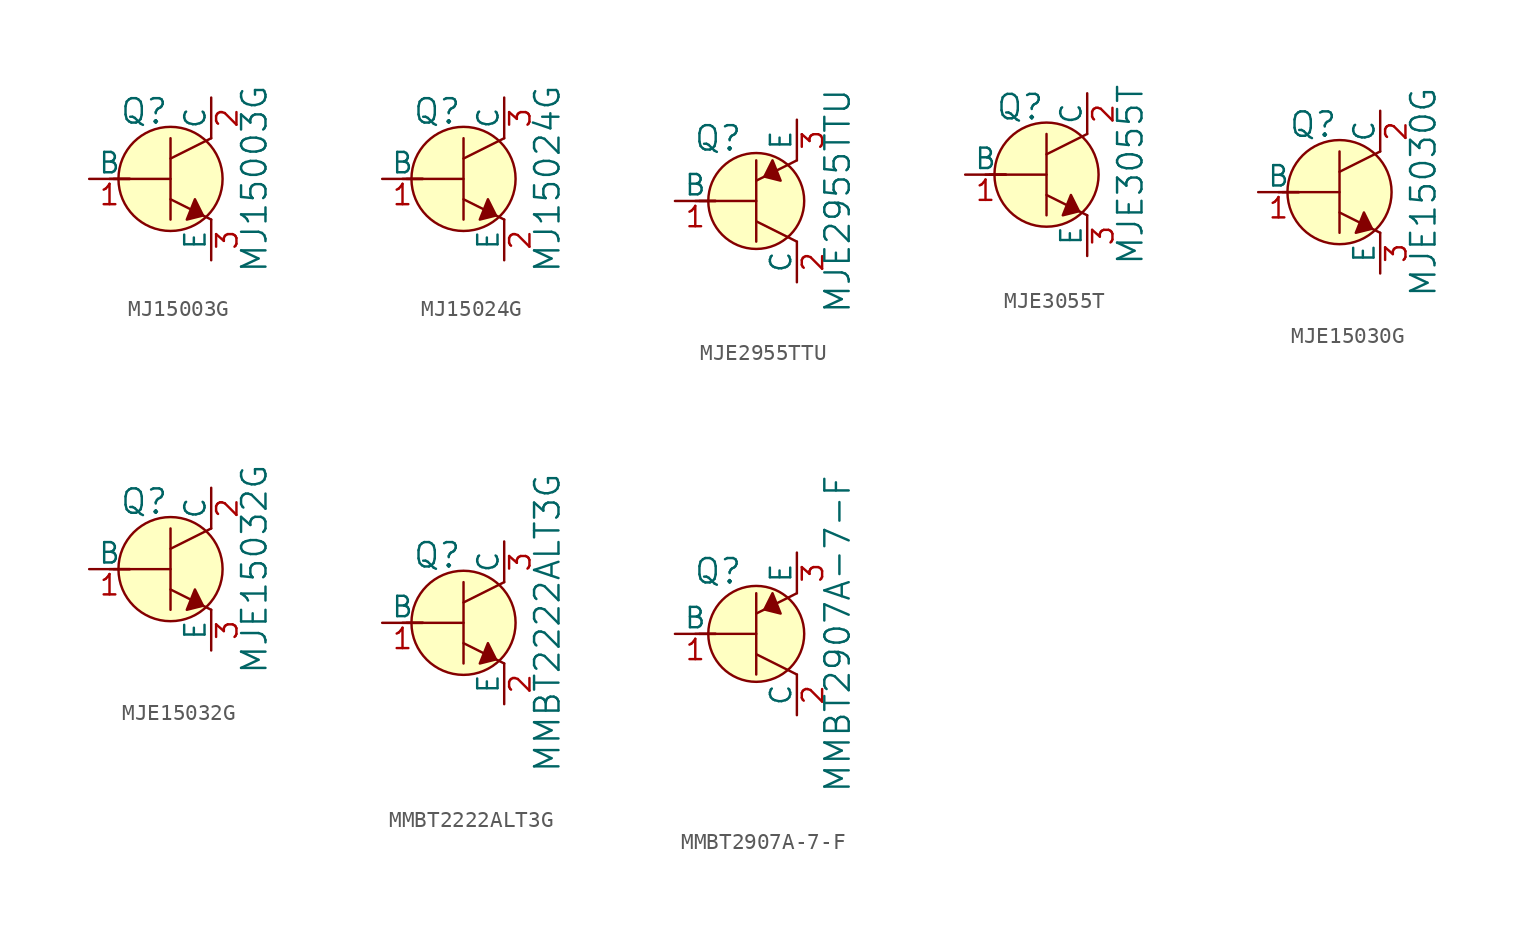
<source format=kicad_sym>
(kicad_symbol_lib
  (version 20201005)
  (generator kicad_symbol_editor)
  (symbol "MJ15003G"
    (pin_names
      (offset 0))
    (property "Reference" "Q"
      (at -3.2 4.216 0)
      (effects (font (size 1.524 1.524)) (justify left)))
    (property "Value" "MJ15003G"
      (at 5.232 0 90)
      (effects (font (size 1.524 1.524))))
    (symbol "MJ15003G_0_1"
      (circle (center 0 0) (radius 3.251) (stroke (width 0)) (fill (type background)))
      (polyline (pts (xy -3.81 0) (xy -2.54 0)) (stroke (width 0)) (fill (type none)))
      (polyline (pts (xy -3.556 0) (xy 0 0)) (stroke (width 0)) (fill (type none)))
      (polyline (pts (xy 0 -1.27) (xy 2.54 -2.54)) (stroke (width 0)) (fill (type none)))
      (polyline (pts (xy 0 1.27) (xy 2.54 2.54)) (stroke (width 0)) (fill (type none)))
      (polyline (pts (xy 0 2.54) (xy 0 -2.54)) (stroke (width 0)) (fill (type none)))
      (polyline (pts (xy 1.524 -1.27) (xy 2.032 -2.286) (xy 1.016 -2.54) (xy 1.524 -1.27)) (stroke (width 0)) (fill (type outline))))
    (symbol "MJ15003G_1_1"
      (pin input line (at -5.08 0 0) (length 2.54) (name "B" (effects (font (size 1.27 1.27)))) (number "1" (effects (font (size 1.27 1.27)))))
      (pin passive line (at 2.54 5.08 270) (length 2.54) (name "C" (effects (font (size 1.27 1.27)))) (number "2" (effects (font (size 1.27 1.27)))))
      (pin passive line (at 2.54 -5.08 90) (length 2.54) (name "E" (effects (font (size 1.27 1.27)))) (number "3" (effects (font (size 1.27 1.27)))))))
  (symbol "MJ15024G"
    (pin_names
      (offset 0))
    (property "Reference" "Q"
      (at -3.2 4.216 0)
      (effects (font (size 1.524 1.524)) (justify left)))
    (property "Value" "MJ15024G"
      (at 5.232 0 90)
      (effects (font (size 1.524 1.524))))
    (symbol "MJ15024G_0_1"
      (circle (center 0 0) (radius 3.251) (stroke (width 0)) (fill (type background)))
      (polyline (pts (xy -3.81 0) (xy -2.54 0)) (stroke (width 0)) (fill (type none)))
      (polyline (pts (xy -3.556 0) (xy 0 0)) (stroke (width 0)) (fill (type none)))
      (polyline (pts (xy 0 -1.27) (xy 2.54 -2.54)) (stroke (width 0)) (fill (type none)))
      (polyline (pts (xy 0 1.27) (xy 2.54 2.54)) (stroke (width 0)) (fill (type none)))
      (polyline (pts (xy 0 2.54) (xy 0 -2.54)) (stroke (width 0)) (fill (type none)))
      (polyline (pts (xy 1.524 -1.27) (xy 2.032 -2.286) (xy 1.016 -2.54) (xy 1.524 -1.27)) (stroke (width 0)) (fill (type outline))))
    (symbol "MJ15024G_1_1"
      (pin input line (at -5.08 0 0) (length 2.54) (name "B" (effects (font (size 1.27 1.27)))) (number "1" (effects (font (size 1.27 1.27)))))
      (pin passive line (at 2.54 -5.08 90) (length 2.54) (name "E" (effects (font (size 1.27 1.27)))) (number "2" (effects (font (size 1.27 1.27)))))
      (pin passive line (at 2.54 5.08 270) (length 2.54) (name "C" (effects (font (size 1.27 1.27)))) (number "3" (effects (font (size 1.27 1.27)))))))
  (symbol "MJE2955TTU"
    (pin_names
      (offset 0))
    (property "Reference" "Q"
      (at -2.388 3.912 0)
      (effects (font (size 1.524 1.524))))
    (property "Value" "MJE2955TTU"
      (at 5.08 0 90)
      (effects (font (size 1.524 1.524))))
    (symbol "MJE2955TTU_0_1"
      (circle (center 0 0) (radius 2.997) (stroke (width 0)) (fill (type background)))
      (polyline (pts (xy -3.81 0) (xy -2.54 0)) (stroke (width 0)) (fill (type none)))
      (polyline (pts (xy -3.556 0) (xy 0 0)) (stroke (width 0)) (fill (type none)))
      (polyline (pts (xy 0 -1.27) (xy 2.54 -2.54)) (stroke (width 0)) (fill (type none)))
      (polyline (pts (xy 0 1.27) (xy 2.54 2.54)) (stroke (width 0)) (fill (type none)))
      (polyline (pts (xy 0 2.54) (xy 0 -2.54)) (stroke (width 0)) (fill (type none)))
      (polyline (pts (xy 1.016 2.54) (xy 0.508 1.524) (xy 1.524 1.27) (xy 1.016 2.54)) (stroke (width 0)) (fill (type outline))))
    (symbol "MJE2955TTU_1_1"
      (pin input line (at -5.08 0 0) (length 2.54) (name "B" (effects (font (size 1.27 1.27)))) (number "1" (effects (font (size 1.27 1.27)))))
      (pin passive line (at 2.54 -5.08 90) (length 2.54) (name "C" (effects (font (size 1.27 1.27)))) (number "2" (effects (font (size 1.27 1.27)))))
      (pin passive line (at 2.54 5.08 270) (length 2.54) (name "E" (effects (font (size 1.27 1.27)))) (number "3" (effects (font (size 1.27 1.27)))))))
  (symbol "MJE3055T"
    (pin_names
      (offset 0))
    (property "Reference" "Q"
      (at -3.2 4.216 0)
      (effects (font (size 1.524 1.524)) (justify left)))
    (property "Value" "MJE3055T"
      (at 5.232 0 90)
      (effects (font (size 1.524 1.524))))
    (symbol "MJE3055T_0_1"
      (circle (center 0 0) (radius 3.251) (stroke (width 0)) (fill (type background)))
      (polyline (pts (xy -3.81 0) (xy -2.54 0)) (stroke (width 0)) (fill (type none)))
      (polyline (pts (xy -3.556 0) (xy 0 0)) (stroke (width 0)) (fill (type none)))
      (polyline (pts (xy 0 -1.27) (xy 2.54 -2.54)) (stroke (width 0)) (fill (type none)))
      (polyline (pts (xy 0 1.27) (xy 2.54 2.54)) (stroke (width 0)) (fill (type none)))
      (polyline (pts (xy 0 2.54) (xy 0 -2.54)) (stroke (width 0)) (fill (type none)))
      (polyline (pts (xy 1.524 -1.27) (xy 2.032 -2.286) (xy 1.016 -2.54) (xy 1.524 -1.27)) (stroke (width 0)) (fill (type outline))))
    (symbol "MJE3055T_1_1"
      (pin input line (at -5.08 0 0) (length 2.54) (name "B" (effects (font (size 1.27 1.27)))) (number "1" (effects (font (size 1.27 1.27)))))
      (pin passive line (at 2.54 5.08 270) (length 2.54) (name "C" (effects (font (size 1.27 1.27)))) (number "2" (effects (font (size 1.27 1.27)))))
      (pin passive line (at 2.54 -5.08 90) (length 2.54) (name "E" (effects (font (size 1.27 1.27)))) (number "3" (effects (font (size 1.27 1.27)))))))
  (symbol "MJE15030G"
    (pin_names
      (offset 0))
    (property "Reference" "Q"
      (at -3.2 4.216 0)
      (effects (font (size 1.524 1.524)) (justify left)))
    (property "Value" "MJE15030G"
      (at 5.232 0 90)
      (effects (font (size 1.524 1.524))))
    (symbol "MJE15030G_0_1"
      (circle (center 0 0) (radius 3.251) (stroke (width 0)) (fill (type background)))
      (polyline (pts (xy -3.81 0) (xy -2.54 0)) (stroke (width 0)) (fill (type none)))
      (polyline (pts (xy -3.556 0) (xy 0 0)) (stroke (width 0)) (fill (type none)))
      (polyline (pts (xy 0 -1.27) (xy 2.54 -2.54)) (stroke (width 0)) (fill (type none)))
      (polyline (pts (xy 0 1.27) (xy 2.54 2.54)) (stroke (width 0)) (fill (type none)))
      (polyline (pts (xy 0 2.54) (xy 0 -2.54)) (stroke (width 0)) (fill (type none)))
      (polyline (pts (xy 1.524 -1.27) (xy 2.032 -2.286) (xy 1.016 -2.54) (xy 1.524 -1.27)) (stroke (width 0)) (fill (type outline))))
    (symbol "MJE15030G_1_1"
      (pin input line (at -5.08 0 0) (length 2.54) (name "B" (effects (font (size 1.27 1.27)))) (number "1" (effects (font (size 1.27 1.27)))))
      (pin passive line (at 2.54 5.08 270) (length 2.54) (name "C" (effects (font (size 1.27 1.27)))) (number "2" (effects (font (size 1.27 1.27)))))
      (pin passive line (at 2.54 -5.08 90) (length 2.54) (name "E" (effects (font (size 1.27 1.27)))) (number "3" (effects (font (size 1.27 1.27)))))))
  (symbol "MJE15032G"
    (pin_names
      (offset 0))
    (property "Reference" "Q"
      (at -3.2 4.216 0)
      (effects (font (size 1.524 1.524)) (justify left)))
    (property "Value" "MJE15032G"
      (at 5.232 0 90)
      (effects (font (size 1.524 1.524))))
    (symbol "MJE15032G_0_1"
      (circle (center 0 0) (radius 3.251) (stroke (width 0)) (fill (type background)))
      (polyline (pts (xy -3.81 0) (xy -2.54 0)) (stroke (width 0)) (fill (type none)))
      (polyline (pts (xy -3.556 0) (xy 0 0)) (stroke (width 0)) (fill (type none)))
      (polyline (pts (xy 0 -1.27) (xy 2.54 -2.54)) (stroke (width 0)) (fill (type none)))
      (polyline (pts (xy 0 1.27) (xy 2.54 2.54)) (stroke (width 0)) (fill (type none)))
      (polyline (pts (xy 0 2.54) (xy 0 -2.54)) (stroke (width 0)) (fill (type none)))
      (polyline (pts (xy 1.524 -1.27) (xy 2.032 -2.286) (xy 1.016 -2.54) (xy 1.524 -1.27)) (stroke (width 0)) (fill (type outline))))
    (symbol "MJE15032G_1_1"
      (pin input line (at -5.08 0 0) (length 2.54) (name "B" (effects (font (size 1.27 1.27)))) (number "1" (effects (font (size 1.27 1.27)))))
      (pin passive line (at 2.54 5.08 270) (length 2.54) (name "C" (effects (font (size 1.27 1.27)))) (number "2" (effects (font (size 1.27 1.27)))))
      (pin passive line (at 2.54 -5.08 90) (length 2.54) (name "E" (effects (font (size 1.27 1.27)))) (number "3" (effects (font (size 1.27 1.27)))))))
  (symbol "MMBT2222ALT3G"
    (pin_names
      (offset 0))
    (property "Reference" "Q"
      (at -3.2 4.216 0)
      (effects (font (size 1.524 1.524)) (justify left)))
    (property "Value" "MMBT2222ALT3G"
      (at 5.232 0 90)
      (effects (font (size 1.524 1.524))))
    (symbol "MMBT2222ALT3G_0_1"
      (circle (center 0 0) (radius 3.251) (stroke (width 0)) (fill (type background)))
      (polyline (pts (xy -3.81 0) (xy -2.54 0)) (stroke (width 0)) (fill (type none)))
      (polyline (pts (xy -3.556 0) (xy 0 0)) (stroke (width 0)) (fill (type none)))
      (polyline (pts (xy 0 -1.27) (xy 2.54 -2.54)) (stroke (width 0)) (fill (type none)))
      (polyline (pts (xy 0 1.27) (xy 2.54 2.54)) (stroke (width 0)) (fill (type none)))
      (polyline (pts (xy 0 2.54) (xy 0 -2.54)) (stroke (width 0)) (fill (type none)))
      (polyline (pts (xy 1.524 -1.27) (xy 2.032 -2.286) (xy 1.016 -2.54) (xy 1.524 -1.27)) (stroke (width 0)) (fill (type outline))))
    (symbol "MMBT2222ALT3G_1_1"
      (pin input line (at -5.08 0 0) (length 2.54) (name "B" (effects (font (size 1.27 1.27)))) (number "1" (effects (font (size 1.27 1.27)))))
      (pin passive line (at 2.54 -5.08 90) (length 2.54) (name "E" (effects (font (size 1.27 1.27)))) (number "2" (effects (font (size 1.27 1.27)))))
      (pin passive line (at 2.54 5.08 270) (length 2.54) (name "C" (effects (font (size 1.27 1.27)))) (number "3" (effects (font (size 1.27 1.27)))))))
  (symbol "MMBT2907A-7-F"
    (pin_names
      (offset 0))
    (property "Reference" "Q"
      (at -2.388 3.912 0)
      (effects (font (size 1.524 1.524))))
    (property "Value" "MMBT2907A-7-F"
      (at 5.08 0 90)
      (effects (font (size 1.524 1.524))))
    (symbol "MMBT2907A-7-F_0_1"
      (circle (center 0 0) (radius 2.997) (stroke (width 0)) (fill (type background)))
      (polyline (pts (xy -3.81 0) (xy -2.54 0)) (stroke (width 0)) (fill (type none)))
      (polyline (pts (xy -3.556 0) (xy 0 0)) (stroke (width 0)) (fill (type none)))
      (polyline (pts (xy 0 -1.27) (xy 2.54 -2.54)) (stroke (width 0)) (fill (type none)))
      (polyline (pts (xy 0 1.27) (xy 2.54 2.54)) (stroke (width 0)) (fill (type none)))
      (polyline (pts (xy 0 2.54) (xy 0 -2.54)) (stroke (width 0)) (fill (type none)))
      (polyline (pts (xy 1.016 2.54) (xy 0.508 1.524) (xy 1.524 1.27) (xy 1.016 2.54)) (stroke (width 0)) (fill (type outline))))
    (symbol "MMBT2907A-7-F_1_1"
      (pin input line (at -5.08 0 0) (length 2.54) (name "B" (effects (font (size 1.27 1.27)))) (number "1" (effects (font (size 1.27 1.27)))))
      (pin passive line (at 2.54 -5.08 90) (length 2.54) (name "C" (effects (font (size 1.27 1.27)))) (number "2" (effects (font (size 1.27 1.27)))))
      (pin passive line (at 2.54 5.08 270) (length 2.54) (name "E" (effects (font (size 1.27 1.27)))) (number "3" (effects (font (size 1.27 1.27))))))))
</source>
